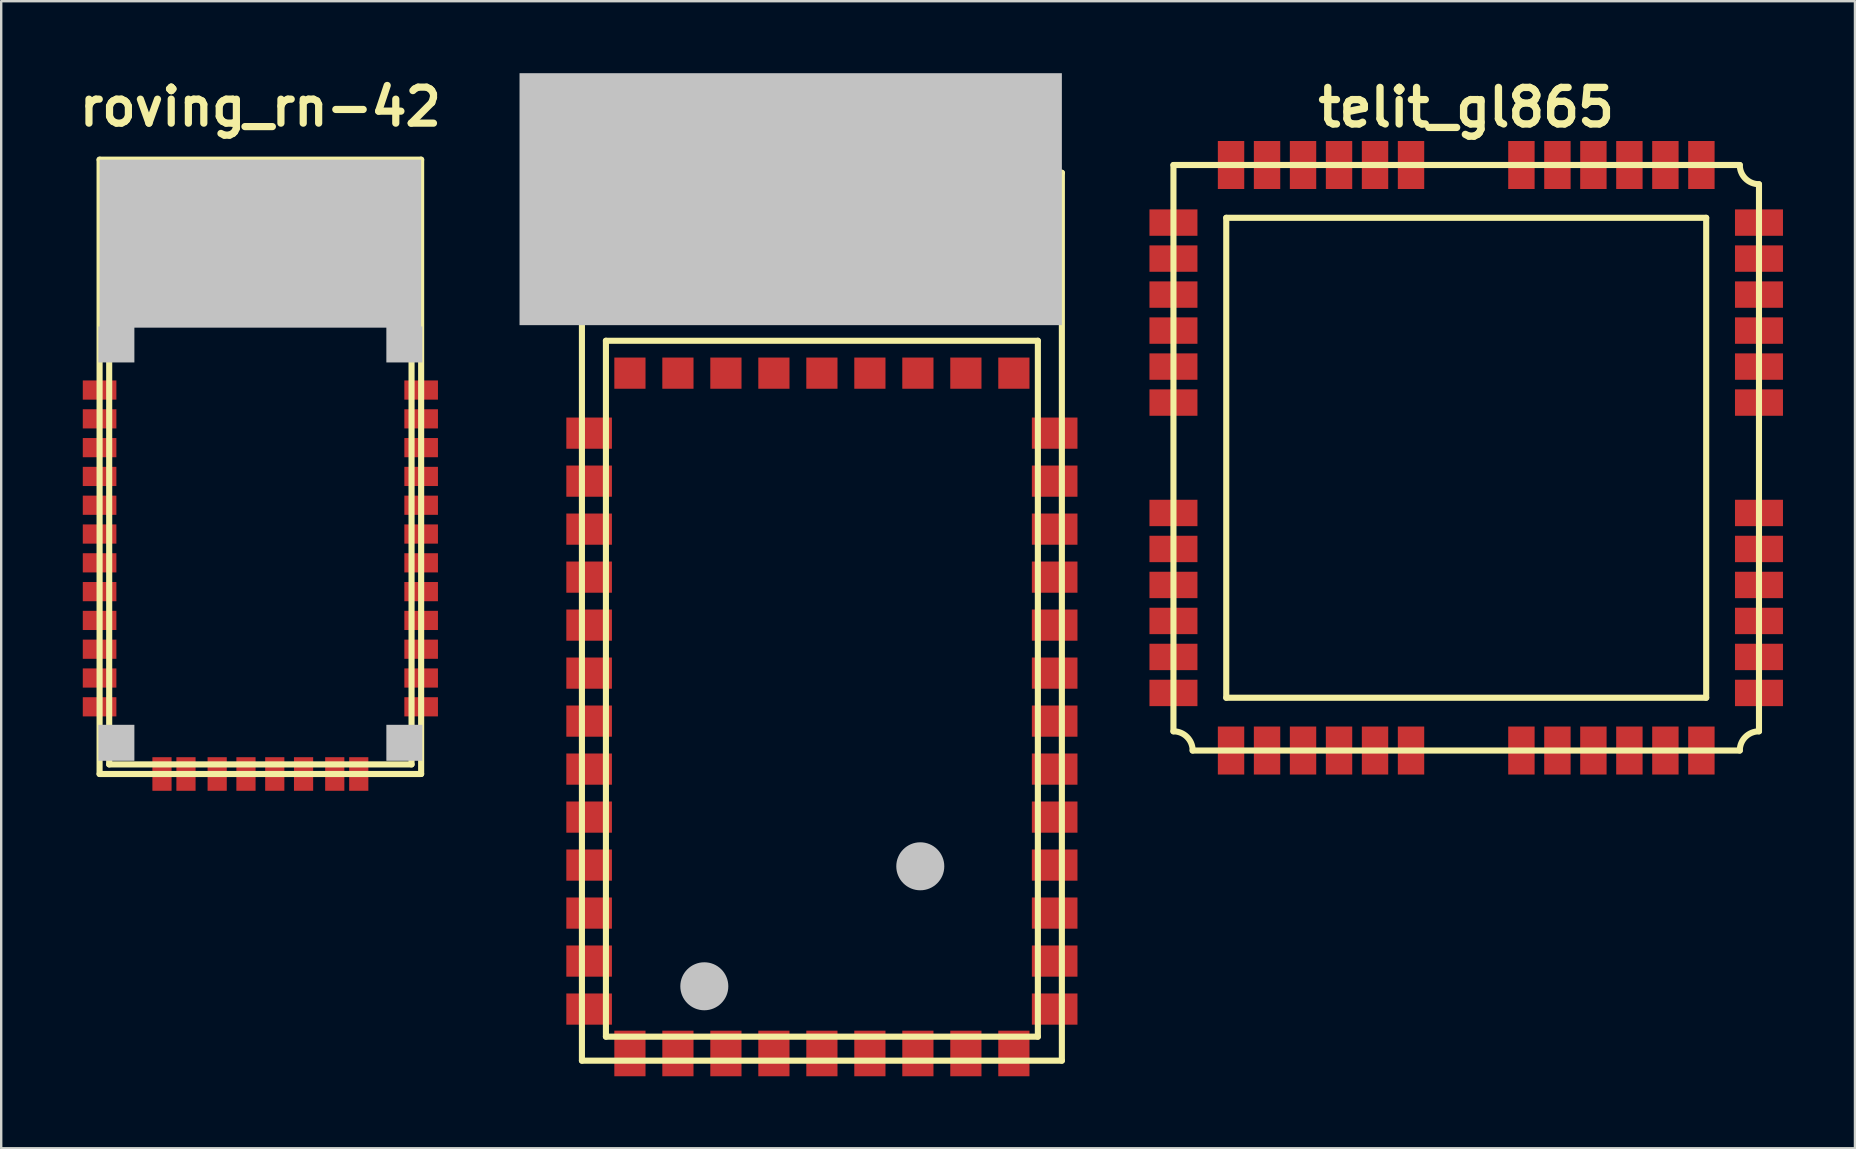
<source format=kicad_pcb>
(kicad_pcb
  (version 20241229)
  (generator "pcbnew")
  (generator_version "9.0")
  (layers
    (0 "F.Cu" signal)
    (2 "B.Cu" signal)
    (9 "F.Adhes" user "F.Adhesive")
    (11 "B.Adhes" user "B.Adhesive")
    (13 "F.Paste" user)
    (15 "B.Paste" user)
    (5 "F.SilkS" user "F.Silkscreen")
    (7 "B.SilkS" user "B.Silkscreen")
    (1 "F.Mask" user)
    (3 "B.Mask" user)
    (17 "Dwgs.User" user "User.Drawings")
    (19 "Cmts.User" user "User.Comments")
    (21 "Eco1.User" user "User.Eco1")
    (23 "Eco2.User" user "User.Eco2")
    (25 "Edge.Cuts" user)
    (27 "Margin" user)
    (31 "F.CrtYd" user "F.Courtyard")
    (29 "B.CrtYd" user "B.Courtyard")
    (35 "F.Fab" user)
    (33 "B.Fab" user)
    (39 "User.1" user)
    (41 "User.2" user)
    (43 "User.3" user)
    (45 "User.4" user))
  (footprint "roving_rn-131"
    (layer "F.Cu")
    (at 31.2 22.65)
    (property "Reference" "roving_rn-131" (at 0 -19.7 0) (layer "F.SilkS") (effects (font (size 1.524 1.524) (thickness 0.305))))
    (attr through_hole)
    (fp_line (start -10 -18.5) (end -10 18.5) (stroke (width 0.254) (type solid)) (layer "F.SilkS"))
    (fp_line (start -10 -18.5) (end 10 -18.5) (stroke (width 0.254) (type solid)) (layer "F.SilkS"))
    (fp_line (start -10 18.5) (end 10 18.5) (stroke (width 0.254) (type solid)) (layer "F.SilkS"))
    (fp_line (start -9 -17.8) (end 3.8 -17.8) (stroke (width 0.127) (type solid)) (layer "F.SilkS"))
    (fp_line (start -9 -14) (end -9 -17.8) (stroke (width 0.127) (type solid)) (layer "F.SilkS"))
    (fp_line (start -9 -11.5) (end -9 17.5) (stroke (width 0.254) (type solid)) (layer "F.SilkS"))
    (fp_line (start -9 -11.5) (end 9 -11.5) (stroke (width 0.254) (type solid)) (layer "F.SilkS"))
    (fp_line (start -9 17.5) (end 9 17.5) (stroke (width 0.254) (type solid)) (layer "F.SilkS"))
    (fp_line (start 3.8 -17.8) (end 3.8 -14) (stroke (width 0.127) (type solid)) (layer "F.SilkS"))
    (fp_line (start 3.8 -14) (end -9 -14) (stroke (width 0.127) (type solid)) (layer "F.SilkS"))
    (fp_line (start 6.2 -14.9) (end 6.2 -17.1) (stroke (width 0.127) (type solid)) (layer "F.SilkS"))
    (fp_line (start 6.4 -17.3) (end 8.6 -17.3) (stroke (width 0.127) (type solid)) (layer "F.SilkS"))
    (fp_line (start 8.6 -14.7) (end 6.4 -14.7) (stroke (width 0.127) (type solid)) (layer "F.SilkS"))
    (fp_line (start 8.8 -17.1) (end 8.8 -14.9) (stroke (width 0.127) (type solid)) (layer "F.SilkS"))
    (fp_line (start 9 -11.5) (end 9 17.5) (stroke (width 0.254) (type solid)) (layer "F.SilkS"))
    (fp_line (start 10 -18.5) (end 10 18.5) (stroke (width 0.254) (type solid)) (layer "F.SilkS"))
    (fp_arc (start 6.2 -17.1) (mid 6.258579 -17.241421) (end 6.4 -17.3) (stroke (width 0.127) (type solid)) (layer "F.SilkS"))
    (fp_arc (start 6.4 -14.7) (mid 6.258579 -14.758579) (end 6.2 -14.9) (stroke (width 0.127) (type solid)) (layer "F.SilkS"))
    (fp_arc (start 8.6 -17.3) (mid 8.741421 -17.241421) (end 8.8 -17.1) (stroke (width 0.127) (type solid)) (layer "F.SilkS"))
    (fp_arc (start 8.8 -14.9) (mid 8.741421 -14.758579) (end 8.6 -14.7) (stroke (width 0.127) (type solid)) (layer "F.SilkS"))
    (fp_circle (center 7.5 -16) (end 6.5 -16) (stroke (width 0.127) (type solid)) (fill no) (layer "F.SilkS"))
    (fp_circle (center 7.5 -16) (end 7.4 -16) (stroke (width 0.127) (type solid)) (fill no) (layer "F.SilkS"))
    (pad "" smd circle (at -4.9 15.4) (size 2 2) (layers "Dwgs.User"))
    (pad "" smd rect (at -1.3 -17.4) (size 22.6 10.5) (layers "Dwgs.User"))
    (pad "" smd circle (at 4.1 10.4) (size 2 2) (layers "Dwgs.User"))
    (pad "1" smd rect (at -9.7 -7.65) (size 1.9 1.3) (layers "F.Cu" "F.Mask" "F.Paste"))
    (pad "2" smd rect (at -9.7 -5.65) (size 1.9 1.3) (layers "F.Cu" "F.Mask" "F.Paste"))
    (pad "3" smd rect (at -9.7 -3.65) (size 1.9 1.3) (layers "F.Cu" "F.Mask" "F.Paste"))
    (pad "4" smd rect (at -9.7 -1.65) (size 1.9 1.3) (layers "F.Cu" "F.Mask" "F.Paste"))
    (pad "5" smd rect (at -9.7 0.35) (size 1.9 1.3) (layers "F.Cu" "F.Mask" "F.Paste"))
    (pad "6" smd rect (at -9.7 2.35) (size 1.9 1.3) (layers "F.Cu" "F.Mask" "F.Paste"))
    (pad "7" smd rect (at -9.7 4.35) (size 1.9 1.3) (layers "F.Cu" "F.Mask" "F.Paste"))
    (pad "8" smd rect (at -9.7 6.35) (size 1.9 1.3) (layers "F.Cu" "F.Mask" "F.Paste"))
    (pad "9" smd rect (at -9.7 8.35) (size 1.9 1.3) (layers "F.Cu" "F.Mask" "F.Paste"))
    (pad "10" smd rect (at -9.7 10.35) (size 1.9 1.3) (layers "F.Cu" "F.Mask" "F.Paste"))
    (pad "11" smd rect (at -9.7 12.35) (size 1.9 1.3) (layers "F.Cu" "F.Mask" "F.Paste"))
    (pad "12" smd rect (at -9.7 14.35) (size 1.9 1.3) (layers "F.Cu" "F.Mask" "F.Paste"))
    (pad "13" smd rect (at -9.7 16.35) (size 1.9 1.3) (layers "F.Cu" "F.Mask" "F.Paste"))
    (pad "14" smd rect (at -8 18.2) (size 1.3 1.9) (layers "F.Cu" "F.Mask" "F.Paste"))
    (pad "15" smd rect (at -6 18.2) (size 1.3 1.9) (layers "F.Cu" "F.Mask" "F.Paste"))
    (pad "16" smd rect (at -4 18.2) (size 1.3 1.9) (layers "F.Cu" "F.Mask" "F.Paste"))
    (pad "17" smd rect (at -2 18.2) (size 1.3 1.9) (layers "F.Cu" "F.Mask" "F.Paste"))
    (pad "18" smd rect (at 0 18.2) (size 1.3 1.9) (layers "F.Cu" "F.Mask" "F.Paste"))
    (pad "19" smd rect (at 2 18.2) (size 1.3 1.9) (layers "F.Cu" "F.Mask" "F.Paste"))
    (pad "20" smd rect (at 4 18.2) (size 1.3 1.9) (layers "F.Cu" "F.Mask" "F.Paste"))
    (pad "21" smd rect (at 6 18.2) (size 1.3 1.9) (layers "F.Cu" "F.Mask" "F.Paste"))
    (pad "22" smd rect (at 8 18.2) (size 1.3 1.9) (layers "F.Cu" "F.Mask" "F.Paste"))
    (pad "23" smd rect (at 9.7 16.35) (size 1.9 1.3) (layers "F.Cu" "F.Mask" "F.Paste"))
    (pad "24" smd rect (at 9.7 14.35) (size 1.9 1.3) (layers "F.Cu" "F.Mask" "F.Paste"))
    (pad "25" smd rect (at 9.7 12.35) (size 1.9 1.3) (layers "F.Cu" "F.Mask" "F.Paste"))
    (pad "26" smd rect (at 9.7 10.35) (size 1.9 1.3) (layers "F.Cu" "F.Mask" "F.Paste"))
    (pad "27" smd rect (at 9.7 8.35) (size 1.9 1.3) (layers "F.Cu" "F.Mask" "F.Paste"))
    (pad "28" smd rect (at 9.7 6.35) (size 1.9 1.3) (layers "F.Cu" "F.Mask" "F.Paste"))
    (pad "29" smd rect (at 9.7 4.35) (size 1.9 1.3) (layers "F.Cu" "F.Mask" "F.Paste"))
    (pad "30" smd rect (at 9.7 2.35) (size 1.9 1.3) (layers "F.Cu" "F.Mask" "F.Paste"))
    (pad "31" smd rect (at 9.7 0.35) (size 1.9 1.3) (layers "F.Cu" "F.Mask" "F.Paste"))
    (pad "32" smd rect (at 9.7 -1.65) (size 1.9 1.3) (layers "F.Cu" "F.Mask" "F.Paste"))
    (pad "33" smd rect (at 9.7 -3.65) (size 1.9 1.3) (layers "F.Cu" "F.Mask" "F.Paste"))
    (pad "34" smd rect (at 9.7 -5.65) (size 1.9 1.3) (layers "F.Cu" "F.Mask" "F.Paste"))
    (pad "35" smd rect (at 9.7 -7.65) (size 1.9 1.3) (layers "F.Cu" "F.Mask" "F.Paste"))
    (pad "36" smd rect (at 8 -10.15) (size 1.3 1.3) (layers "F.Cu" "F.Mask" "F.Paste"))
    (pad "37" smd rect (at 6 -10.15) (size 1.3 1.3) (layers "F.Cu" "F.Mask" "F.Paste"))
    (pad "38" smd rect (at 4 -10.15) (size 1.3 1.3) (layers "F.Cu" "F.Mask" "F.Paste"))
    (pad "39" smd rect (at 2 -10.15) (size 1.3 1.3) (layers "F.Cu" "F.Mask" "F.Paste"))
    (pad "40" smd rect (at 0 -10.15) (size 1.3 1.3) (layers "F.Cu" "F.Mask" "F.Paste"))
    (pad "41" smd rect (at -2 -10.15) (size 1.3 1.3) (layers "F.Cu" "F.Mask" "F.Paste"))
    (pad "42" smd rect (at -4 -10.15) (size 1.3 1.3) (layers "F.Cu" "F.Mask" "F.Paste"))
    (pad "43" smd rect (at -6 -10.15) (size 1.3 1.3) (layers "F.Cu" "F.Mask" "F.Paste"))
    (pad "44" smd rect (at -8 -10.15) (size 1.3 1.3) (layers "F.Cu" "F.Mask" "F.Paste")))
  (footprint "telit_gl865"
    (layer "F.Cu")
    (at 58.05 16.026)
    (property "Reference" "telit_gl865" (at 0 -14.6 0) (layer "F.SilkS") (effects (font (size 1.524 1.524) (thickness 0.305))))
    (attr through_hole)
    (fp_line (start -12.2 -12.2) (end 11.4 -12.2) (stroke (width 0.254) (type solid)) (layer "F.SilkS"))
    (fp_line (start -12.2 11.4) (end -12.2 -12.2) (stroke (width 0.254) (type solid)) (layer "F.SilkS"))
    (fp_line (start -10 -10) (end 10 -10) (stroke (width 0.254) (type solid)) (layer "F.SilkS"))
    (fp_line (start -10 10) (end -10 -10) (stroke (width 0.254) (type solid)) (layer "F.SilkS"))
    (fp_line (start 10 -10) (end 10 10) (stroke (width 0.254) (type solid)) (layer "F.SilkS"))
    (fp_line (start 10 10) (end -10 10) (stroke (width 0.254) (type solid)) (layer "F.SilkS"))
    (fp_line (start 11.4 12.2) (end -11.4 12.2) (stroke (width 0.254) (type solid)) (layer "F.SilkS"))
    (fp_line (start 12.2 -11.4) (end 12.2 11.4) (stroke (width 0.254) (type solid)) (layer "F.SilkS"))
    (fp_arc (start -12.2 11.4) (mid -11.634315 11.634315) (end -11.4 12.2) (stroke (width 0.254) (type solid)) (layer "F.SilkS"))
    (fp_arc (start 11.4 12.2) (mid 11.634315 11.634315) (end 12.2 11.4) (stroke (width 0.254) (type solid)) (layer "F.SilkS"))
    (fp_arc (start 12.2 -11.4) (mid 11.634315 -11.634315) (end 11.4 -12.2) (stroke (width 0.254) (type solid)) (layer "F.SilkS"))
    (pad "1" smd rect (at -12.2 -9.8) (size 2 1.1) (layers "F.Cu" "F.Mask" "F.Paste"))
    (pad "2" smd rect (at -12.2 -8.3) (size 2 1.1) (layers "F.Cu" "F.Mask" "F.Paste"))
    (pad "3" smd rect (at -12.2 -6.8) (size 2 1.1) (layers "F.Cu" "F.Mask" "F.Paste"))
    (pad "4" smd rect (at -12.2 -5.3) (size 2 1.1) (layers "F.Cu" "F.Mask" "F.Paste"))
    (pad "5" smd rect (at -12.2 -3.8) (size 2 1.1) (layers "F.Cu" "F.Mask" "F.Paste"))
    (pad "6" smd rect (at -12.2 -2.3) (size 2 1.1) (layers "F.Cu" "F.Mask" "F.Paste"))
    (pad "7" smd rect (at -12.2 2.3) (size 2 1.1) (layers "F.Cu" "F.Mask" "F.Paste"))
    (pad "8" smd rect (at -12.2 3.8) (size 2 1.1) (layers "F.Cu" "F.Mask" "F.Paste"))
    (pad "9" smd rect (at -12.2 5.3) (size 2 1.1) (layers "F.Cu" "F.Mask" "F.Paste"))
    (pad "10" smd rect (at -12.2 6.8) (size 2 1.1) (layers "F.Cu" "F.Mask" "F.Paste"))
    (pad "11" smd rect (at -12.2 8.3) (size 2 1.1) (layers "F.Cu" "F.Mask" "F.Paste"))
    (pad "12" smd rect (at -12.2 9.8) (size 2 1.1) (layers "F.Cu" "F.Mask" "F.Paste"))
    (pad "13" smd rect (at -9.8 12.2) (size 1.1 2) (layers "F.Cu" "F.Mask" "F.Paste"))
    (pad "14" smd rect (at -8.3 12.2) (size 1.1 2) (layers "F.Cu" "F.Mask" "F.Paste"))
    (pad "15" smd rect (at -6.8 12.2) (size 1.1 2) (layers "F.Cu" "F.Mask" "F.Paste"))
    (pad "16" smd rect (at -5.3 12.2) (size 1.1 2) (layers "F.Cu" "F.Mask" "F.Paste"))
    (pad "17" smd rect (at -3.8 12.2) (size 1.1 2) (layers "F.Cu" "F.Mask" "F.Paste"))
    (pad "18" smd rect (at -2.3 12.2) (size 1.1 2) (layers "F.Cu" "F.Mask" "F.Paste"))
    (pad "19" smd rect (at 2.3 12.2) (size 1.1 2) (layers "F.Cu" "F.Mask" "F.Paste"))
    (pad "20" smd rect (at 3.8 12.2) (size 1.1 2) (layers "F.Cu" "F.Mask" "F.Paste"))
    (pad "21" smd rect (at 5.3 12.2) (size 1.1 2) (layers "F.Cu" "F.Mask" "F.Paste"))
    (pad "22" smd rect (at 6.8 12.2) (size 1.1 2) (layers "F.Cu" "F.Mask" "F.Paste"))
    (pad "23" smd rect (at 8.3 12.2) (size 1.1 2) (layers "F.Cu" "F.Mask" "F.Paste"))
    (pad "24" smd rect (at 9.8 12.2) (size 1.1 2) (layers "F.Cu" "F.Mask" "F.Paste"))
    (pad "25" smd rect (at 12.2 9.8) (size 2 1.1) (layers "F.Cu" "F.Mask" "F.Paste"))
    (pad "26" smd rect (at 12.2 8.3) (size 2 1.1) (layers "F.Cu" "F.Mask" "F.Paste"))
    (pad "27" smd rect (at 12.2 6.8) (size 2 1.1) (layers "F.Cu" "F.Mask" "F.Paste"))
    (pad "28" smd rect (at 12.2 5.3) (size 2 1.1) (layers "F.Cu" "F.Mask" "F.Paste"))
    (pad "29" smd rect (at 12.2 3.8) (size 2 1.1) (layers "F.Cu" "F.Mask" "F.Paste"))
    (pad "30" smd rect (at 12.2 2.3) (size 2 1.1) (layers "F.Cu" "F.Mask" "F.Paste"))
    (pad "31" smd rect (at 12.2 -2.3) (size 2 1.1) (layers "F.Cu" "F.Mask" "F.Paste"))
    (pad "32" smd rect (at 12.2 -3.8) (size 2 1.1) (layers "F.Cu" "F.Mask" "F.Paste"))
    (pad "33" smd rect (at 12.2 -5.3) (size 2 1.1) (layers "F.Cu" "F.Mask" "F.Paste"))
    (pad "34" smd rect (at 12.2 -6.8) (size 2 1.1) (layers "F.Cu" "F.Mask" "F.Paste"))
    (pad "35" smd rect (at 12.2 -8.3) (size 2 1.1) (layers "F.Cu" "F.Mask" "F.Paste"))
    (pad "36" smd rect (at 12.2 -9.8) (size 2 1.1) (layers "F.Cu" "F.Mask" "F.Paste"))
    (pad "37" smd rect (at 9.8 -12.2) (size 1.1 2) (layers "F.Cu" "F.Mask" "F.Paste"))
    (pad "38" smd rect (at 8.3 -12.2) (size 1.1 2) (layers "F.Cu" "F.Mask" "F.Paste"))
    (pad "39" smd rect (at 6.8 -12.2) (size 1.1 2) (layers "F.Cu" "F.Mask" "F.Paste"))
    (pad "40" smd rect (at 5.3 -12.2) (size 1.1 2) (layers "F.Cu" "F.Mask" "F.Paste"))
    (pad "41" smd rect (at 3.8 -12.2) (size 1.1 2) (layers "F.Cu" "F.Mask" "F.Paste"))
    (pad "42" smd rect (at 2.3 -12.2) (size 1.1 2) (layers "F.Cu" "F.Mask" "F.Paste"))
    (pad "43" smd rect (at -2.3 -12.2) (size 1.1 2) (layers "F.Cu" "F.Mask" "F.Paste"))
    (pad "44" smd rect (at -3.8 -12.2) (size 1.1 2) (layers "F.Cu" "F.Mask" "F.Paste"))
    (pad "45" smd rect (at -5.3 -12.2) (size 1.1 2) (layers "F.Cu" "F.Mask" "F.Paste"))
    (pad "46" smd rect (at -6.8 -12.2) (size 1.1 2) (layers "F.Cu" "F.Mask" "F.Paste"))
    (pad "47" smd rect (at -8.3 -12.2) (size 1.1 2) (layers "F.Cu" "F.Mask" "F.Paste"))
    (pad "48" smd rect (at -9.8 -12.2) (size 1.1 2) (layers "F.Cu" "F.Mask" "F.Paste")))
  (footprint "roving_rn-42"
    (layer "F.Cu")
    (at 7.8 16.404)
    (property "Reference" "roving_rn-42" (at 0 -15 0) (layer "F.SilkS") (effects (font (size 1.5 1.5) (thickness 0.3))))
    (attr through_hole)
    (fp_line (start -6.7 -12.8) (end -6.7 12.8) (stroke (width 0.254) (type solid)) (layer "F.SilkS"))
    (fp_line (start -6.7 -12.8) (end 6.7 -12.8) (stroke (width 0.254) (type solid)) (layer "F.SilkS"))
    (fp_line (start -6.7 12.8) (end 6.7 12.8) (stroke (width 0.254) (type solid)) (layer "F.SilkS"))
    (fp_line (start -6.3 -6) (end -6.3 12.4) (stroke (width 0.254) (type solid)) (layer "F.SilkS"))
    (fp_line (start -6.3 -6) (end 6.3 -6) (stroke (width 0.254) (type solid)) (layer "F.SilkS"))
    (fp_line (start -6.3 12.4) (end 6.3 12.4) (stroke (width 0.254) (type solid)) (layer "F.SilkS"))
    (fp_line (start -4 -12) (end -6 -12) (stroke (width 0.254) (type solid)) (layer "F.SilkS"))
    (fp_line (start -4 -12) (end -4 -7.8) (stroke (width 0.254) (type solid)) (layer "F.SilkS"))
    (fp_line (start -2.9 -12) (end -2.9 -7.8) (stroke (width 0.254) (type solid)) (layer "F.SilkS"))
    (fp_line (start -2.9 -7.8) (end -4 -7.8) (stroke (width 0.254) (type solid)) (layer "F.SilkS"))
    (fp_line (start -1.8 -12) (end -2.9 -12) (stroke (width 0.254) (type solid)) (layer "F.SilkS"))
    (fp_line (start -1.8 -12) (end -1.8 -7.8) (stroke (width 0.254) (type solid)) (layer "F.SilkS"))
    (fp_line (start -0.7 -12) (end -0.7 -7.8) (stroke (width 0.254) (type solid)) (layer "F.SilkS"))
    (fp_line (start -0.7 -7.8) (end -1.8 -7.8) (stroke (width 0.254) (type solid)) (layer "F.SilkS"))
    (fp_line (start 0.4 -12) (end -0.7 -12) (stroke (width 0.254) (type solid)) (layer "F.SilkS"))
    (fp_line (start 0.4 -12) (end 0.4 -7.8) (stroke (width 0.254) (type solid)) (layer "F.SilkS"))
    (fp_line (start 1.5 -12) (end 1.5 -7.8) (stroke (width 0.254) (type solid)) (layer "F.SilkS"))
    (fp_line (start 1.5 -7.8) (end 0.4 -7.8) (stroke (width 0.254) (type solid)) (layer "F.SilkS"))
    (fp_line (start 2.6 -12) (end 1.5 -12) (stroke (width 0.254) (type solid)) (layer "F.SilkS"))
    (fp_line (start 2.6 -12) (end 2.6 -7.8) (stroke (width 0.254) (type solid)) (layer "F.SilkS"))
    (fp_line (start 3.7 -12) (end 3.7 -7.8) (stroke (width 0.254) (type solid)) (layer "F.SilkS"))
    (fp_line (start 3.7 -7.8) (end 2.6 -7.8) (stroke (width 0.254) (type solid)) (layer "F.SilkS"))
    (fp_line (start 4.8 -12) (end 3.7 -12) (stroke (width 0.254) (type solid)) (layer "F.SilkS"))
    (fp_line (start 4.8 -6) (end 4.8 -12) (stroke (width 0.254) (type solid)) (layer "F.SilkS"))
    (fp_line (start 6.3 -6) (end 6.3 12.4) (stroke (width 0.254) (type solid)) (layer "F.SilkS"))
    (fp_line (start 6.7 -12.8) (end 6.7 12.8) (stroke (width 0.254) (type solid)) (layer "F.SilkS"))
    (pad "" smd rect (at -6 -5.1) (size 1.5 1.5) (layers "Dwgs.User"))
    (pad "" smd rect (at -6 11.5) (size 1.5 1.5) (layers "Dwgs.User"))
    (pad "" smd rect (at 0 -9.3) (size 13.4 7) (layers "Dwgs.User"))
    (pad "" smd rect (at 6 -5.1) (size 1.5 1.5) (layers "Dwgs.User"))
    (pad "" smd rect (at 6 11.5) (size 1.5 1.5) (layers "Dwgs.User"))
    (pad "1" smd rect (at -6.7 -3.2) (size 1.4 0.8) (layers "F.Cu" "F.Mask" "F.Paste"))
    (pad "2" smd rect (at -6.7 -2) (size 1.4 0.8) (layers "F.Cu" "F.Mask" "F.Paste"))
    (pad "3" smd rect (at -6.7 -0.8) (size 1.4 0.8) (layers "F.Cu" "F.Mask" "F.Paste"))
    (pad "4" smd rect (at -6.7 0.4) (size 1.4 0.8) (layers "F.Cu" "F.Mask" "F.Paste"))
    (pad "5" smd rect (at -6.7 1.6) (size 1.4 0.8) (layers "F.Cu" "F.Mask" "F.Paste"))
    (pad "6" smd rect (at -6.7 2.8) (size 1.4 0.8) (layers "F.Cu" "F.Mask" "F.Paste"))
    (pad "7" smd rect (at -6.7 4) (size 1.4 0.8) (layers "F.Cu" "F.Mask" "F.Paste"))
    (pad "8" smd rect (at -6.7 5.2) (size 1.4 0.8) (layers "F.Cu" "F.Mask" "F.Paste"))
    (pad "9" smd rect (at -6.7 6.4) (size 1.4 0.8) (layers "F.Cu" "F.Mask" "F.Paste"))
    (pad "10" smd rect (at -6.7 7.6) (size 1.4 0.8) (layers "F.Cu" "F.Mask" "F.Paste"))
    (pad "11" smd rect (at -6.7 8.8) (size 1.4 0.8) (layers "F.Cu" "F.Mask" "F.Paste"))
    (pad "12" smd rect (at -6.7 10) (size 1.4 0.8) (layers "F.Cu" "F.Mask" "F.Paste"))
    (pad "13" smd rect (at 6.7 10) (size 1.4 0.8) (layers "F.Cu" "F.Mask" "F.Paste"))
    (pad "14" smd rect (at 6.7 8.8) (size 1.4 0.8) (layers "F.Cu" "F.Mask" "F.Paste"))
    (pad "15" smd rect (at 6.7 7.6) (size 1.4 0.8) (layers "F.Cu" "F.Mask" "F.Paste"))
    (pad "16" smd rect (at 6.7 6.4) (size 1.4 0.8) (layers "F.Cu" "F.Mask" "F.Paste"))
    (pad "17" smd rect (at 6.7 5.2) (size 1.4 0.8) (layers "F.Cu" "F.Mask" "F.Paste"))
    (pad "18" smd rect (at 6.7 4) (size 1.4 0.8) (layers "F.Cu" "F.Mask" "F.Paste"))
    (pad "19" smd rect (at 6.7 2.8) (size 1.4 0.8) (layers "F.Cu" "F.Mask" "F.Paste"))
    (pad "20" smd rect (at 6.7 1.6) (size 1.4 0.8) (layers "F.Cu" "F.Mask" "F.Paste"))
    (pad "21" smd rect (at 6.7 0.4) (size 1.4 0.8) (layers "F.Cu" "F.Mask" "F.Paste"))
    (pad "22" smd rect (at 6.7 -0.8) (size 1.4 0.8) (layers "F.Cu" "F.Mask" "F.Paste"))
    (pad "23" smd rect (at 6.7 -2) (size 1.4 0.8) (layers "F.Cu" "F.Mask" "F.Paste"))
    (pad "24" smd rect (at 6.7 -3.2) (size 1.4 0.8) (layers "F.Cu" "F.Mask" "F.Paste"))
    (pad "28" smd rect (at 3.1 12.8) (size 0.8 1.4) (layers "F.Cu" "F.Mask" "F.Paste"))
    (pad "29" smd rect (at -3.1 12.8) (size 0.8 1.4) (layers "F.Cu" "F.Mask" "F.Paste"))
    (pad "30" smd rect (at 4.1 12.8) (size 0.8 1.4) (layers "F.Cu" "F.Mask" "F.Paste"))
    (pad "31" smd rect (at 1.8 12.8) (size 0.8 1.4) (layers "F.Cu" "F.Mask" "F.Paste"))
    (pad "32" smd rect (at 0.6 12.8) (size 0.8 1.4) (layers "F.Cu" "F.Mask" "F.Paste"))
    (pad "33" smd rect (at -0.6 12.8) (size 0.8 1.4) (layers "F.Cu" "F.Mask" "F.Paste"))
    (pad "34" smd rect (at -1.8 12.8) (size 0.8 1.4) (layers "F.Cu" "F.Mask" "F.Paste"))
    (pad "35" smd rect (at -4.1 12.8) (size 0.8 1.4) (layers "F.Cu" "F.Mask" "F.Paste")))
  (gr_rect
    (start -3 -3)
    (end 74.25 44.8)
    (stroke (width 0.1) (type default))
    (fill no)
    (layer "Edge.Cuts")))
</source>
